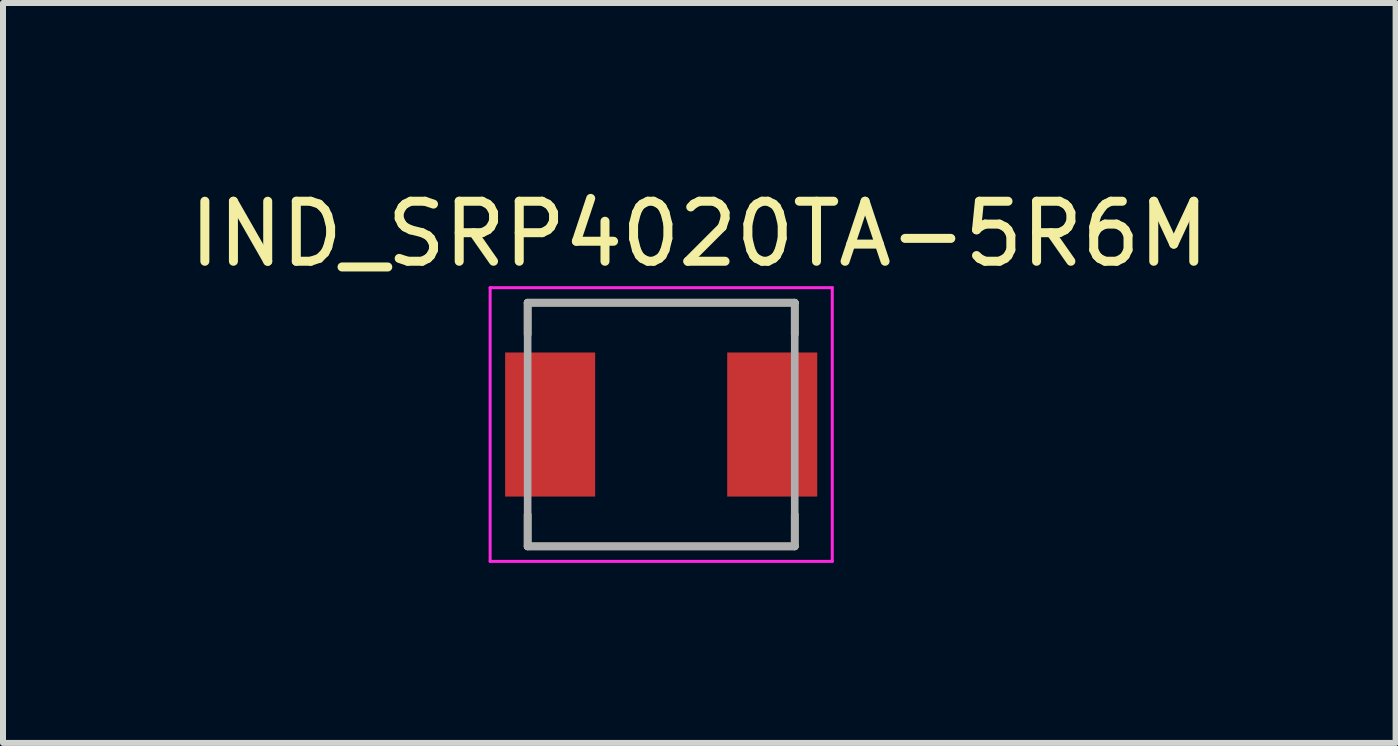
<source format=kicad_pcb>
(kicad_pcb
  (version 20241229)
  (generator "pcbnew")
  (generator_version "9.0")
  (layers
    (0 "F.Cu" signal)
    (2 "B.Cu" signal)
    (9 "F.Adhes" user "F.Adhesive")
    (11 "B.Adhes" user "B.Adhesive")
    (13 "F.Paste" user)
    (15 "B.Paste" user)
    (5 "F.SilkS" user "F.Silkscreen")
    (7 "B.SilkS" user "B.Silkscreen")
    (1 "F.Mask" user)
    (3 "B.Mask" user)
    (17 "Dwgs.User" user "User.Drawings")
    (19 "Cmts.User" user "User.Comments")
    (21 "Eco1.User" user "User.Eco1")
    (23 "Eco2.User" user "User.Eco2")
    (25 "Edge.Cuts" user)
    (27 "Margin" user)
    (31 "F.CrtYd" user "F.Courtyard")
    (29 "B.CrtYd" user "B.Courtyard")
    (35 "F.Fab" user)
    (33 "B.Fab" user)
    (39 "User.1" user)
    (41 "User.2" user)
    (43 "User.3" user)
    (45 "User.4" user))
  (footprint "IND_SRP4020TA-5R6M"
    (layer "F.Cu")
    (at 7.966 4.023)
    (property "Reference" "IND_SRP4020TA-5R6M" (at 0.635 -3.175 0) (layer "F.SilkS") (effects (font (size 1 1) (thickness 0.15))))
    (attr through_hole)
    (fp_line (start -2.225 -2.03) (end 2.225 -2.03) (stroke (width 0.127) (type solid)) (layer "F.SilkS"))
    (fp_line (start -2.225 -1.5) (end -2.225 -2.03) (stroke (width 0.127) (type solid)) (layer "F.SilkS"))
    (fp_line (start -2.225 2.03) (end -2.225 1.5) (stroke (width 0.127) (type solid)) (layer "F.SilkS"))
    (fp_line (start -2.225 2.03) (end 2.225 2.03) (stroke (width 0.127) (type solid)) (layer "F.SilkS"))
    (fp_line (start 2.225 -2.03) (end 2.225 -1.5) (stroke (width 0.127) (type solid)) (layer "F.SilkS"))
    (fp_line (start 2.225 2.03) (end 2.225 1.5) (stroke (width 0.127) (type solid)) (layer "F.SilkS"))
    (fp_line (start -2.85 -2.28) (end 2.85 -2.28) (stroke (width 0.05) (type solid)) (layer "F.CrtYd"))
    (fp_line (start -2.85 2.28) (end -2.85 -2.28) (stroke (width 0.05) (type solid)) (layer "F.CrtYd"))
    (fp_line (start 2.85 -2.28) (end 2.85 2.28) (stroke (width 0.05) (type solid)) (layer "F.CrtYd"))
    (fp_line (start 2.85 2.28) (end -2.85 2.28) (stroke (width 0.05) (type solid)) (layer "F.CrtYd"))
    (fp_line (start -2.225 -2.03) (end 2.225 -2.03) (stroke (width 0.127) (type solid)) (layer "F.Fab"))
    (fp_line (start -2.225 2.03) (end -2.225 -2.03) (stroke (width 0.127) (type solid)) (layer "F.Fab"))
    (fp_line (start 2.225 -2.03) (end 2.225 2.03) (stroke (width 0.127) (type solid)) (layer "F.Fab"))
    (fp_line (start 2.225 2.03) (end -2.225 2.03) (stroke (width 0.127) (type solid)) (layer "F.Fab"))
    (pad "1" smd rect (at -1.85 0) (size 1.5 2.4) (layers "F.Cu" "F.Mask" "F.Paste"))
    (pad "2" smd rect (at 1.85 0) (size 1.5 2.4) (layers "F.Cu" "F.Mask" "F.Paste")))
  (gr_rect
    (start -3 -3)
    (end 20.202 9.328)
    (stroke (width 0.1) (type default))
    (fill no)
    (layer "Edge.Cuts")))
</source>
